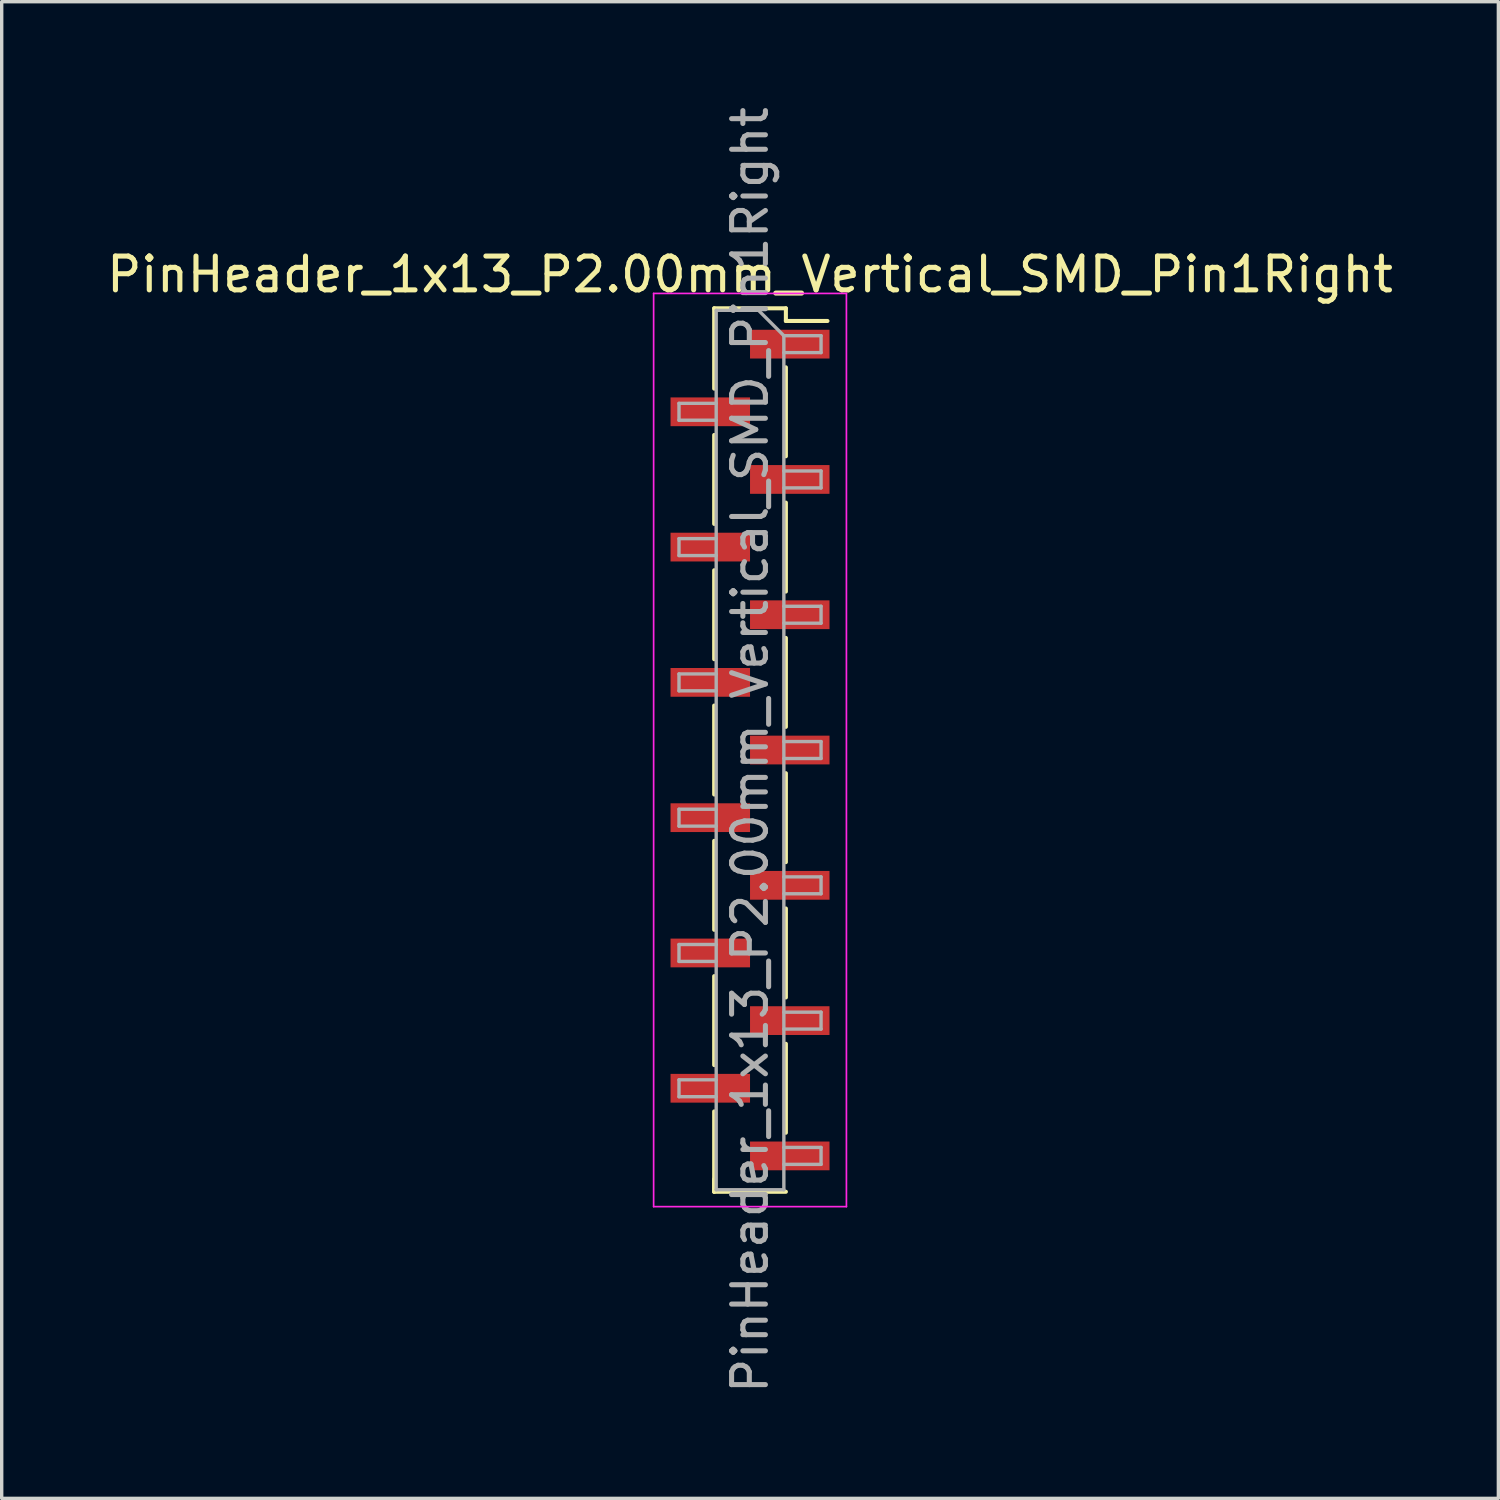
<source format=kicad_pcb>
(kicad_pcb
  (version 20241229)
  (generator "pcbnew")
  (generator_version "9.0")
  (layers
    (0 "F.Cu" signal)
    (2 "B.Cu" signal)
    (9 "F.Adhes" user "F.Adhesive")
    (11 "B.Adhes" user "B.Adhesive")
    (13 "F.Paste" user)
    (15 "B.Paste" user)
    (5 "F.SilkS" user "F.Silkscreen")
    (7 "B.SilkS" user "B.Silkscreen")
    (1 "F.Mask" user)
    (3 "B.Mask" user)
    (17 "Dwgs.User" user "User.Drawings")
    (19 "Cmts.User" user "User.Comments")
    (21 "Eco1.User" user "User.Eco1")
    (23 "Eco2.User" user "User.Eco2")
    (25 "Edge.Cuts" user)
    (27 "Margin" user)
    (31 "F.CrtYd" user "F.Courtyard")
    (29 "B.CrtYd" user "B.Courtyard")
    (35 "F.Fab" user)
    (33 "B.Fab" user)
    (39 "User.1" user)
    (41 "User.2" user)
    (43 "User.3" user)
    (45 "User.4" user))
  (footprint "PinHeader_1x13_P2.00mm_Vertical_SMD_Pin1Right"
    (layer "F.Cu")
    (at 19.125 19.125)
    (property "Reference" "PinHeader_1x13_P2.00mm_Vertical_SMD_Pin1Right" (at 0 -14.06 0) (layer "F.SilkS") (effects (font (size 1 1) (thickness 0.15))))
    (attr smd)
    (fp_line (start -1.06 -13.06) (end -1.06 -10.685) (stroke (width 0.12) (type solid)) (layer "F.SilkS"))
    (fp_line (start -1.06 -13.06) (end 1.06 -13.06) (stroke (width 0.12) (type solid)) (layer "F.SilkS"))
    (fp_line (start -1.06 -9.315) (end -1.06 -6.685) (stroke (width 0.12) (type solid)) (layer "F.SilkS"))
    (fp_line (start -1.06 -5.315) (end -1.06 -2.685) (stroke (width 0.12) (type solid)) (layer "F.SilkS"))
    (fp_line (start -1.06 -1.315) (end -1.06 1.315) (stroke (width 0.12) (type solid)) (layer "F.SilkS"))
    (fp_line (start -1.06 2.685) (end -1.06 5.315) (stroke (width 0.12) (type solid)) (layer "F.SilkS"))
    (fp_line (start -1.06 6.685) (end -1.06 9.315) (stroke (width 0.12) (type solid)) (layer "F.SilkS"))
    (fp_line (start -1.06 10.685) (end -1.06 13.06) (stroke (width 0.12) (type solid)) (layer "F.SilkS"))
    (fp_line (start -1.06 12.685) (end -1.06 13.06) (stroke (width 0.12) (type solid)) (layer "F.SilkS"))
    (fp_line (start -1.06 13.06) (end 1.06 13.06) (stroke (width 0.12) (type solid)) (layer "F.SilkS"))
    (fp_line (start 1.06 -13.06) (end 1.06 -12.685) (stroke (width 0.12) (type solid)) (layer "F.SilkS"))
    (fp_line (start 1.06 -12.685) (end 2.29 -12.685) (stroke (width 0.12) (type solid)) (layer "F.SilkS"))
    (fp_line (start 1.06 -11.315) (end 1.06 -8.685) (stroke (width 0.12) (type solid)) (layer "F.SilkS"))
    (fp_line (start 1.06 -7.315) (end 1.06 -4.685) (stroke (width 0.12) (type solid)) (layer "F.SilkS"))
    (fp_line (start 1.06 -3.315) (end 1.06 -0.685) (stroke (width 0.12) (type solid)) (layer "F.SilkS"))
    (fp_line (start 1.06 0.685) (end 1.06 3.315) (stroke (width 0.12) (type solid)) (layer "F.SilkS"))
    (fp_line (start 1.06 4.685) (end 1.06 7.315) (stroke (width 0.12) (type solid)) (layer "F.SilkS"))
    (fp_line (start 1.06 8.685) (end 1.06 11.315) (stroke (width 0.12) (type solid)) (layer "F.SilkS"))
    (fp_line (start -2.85 -13.5) (end -2.85 13.5) (stroke (width 0.05) (type solid)) (layer "F.CrtYd"))
    (fp_line (start -2.85 13.5) (end 2.85 13.5) (stroke (width 0.05) (type solid)) (layer "F.CrtYd"))
    (fp_line (start 2.85 -13.5) (end -2.85 -13.5) (stroke (width 0.05) (type solid)) (layer "F.CrtYd"))
    (fp_line (start 2.85 13.5) (end 2.85 -13.5) (stroke (width 0.05) (type solid)) (layer "F.CrtYd"))
    (fp_line (start -2.1 -10.25) (end -2.1 -9.75) (stroke (width 0.1) (type solid)) (layer "F.Fab"))
    (fp_line (start -2.1 -9.75) (end -1 -9.75) (stroke (width 0.1) (type solid)) (layer "F.Fab"))
    (fp_line (start -2.1 -6.25) (end -2.1 -5.75) (stroke (width 0.1) (type solid)) (layer "F.Fab"))
    (fp_line (start -2.1 -5.75) (end -1 -5.75) (stroke (width 0.1) (type solid)) (layer "F.Fab"))
    (fp_line (start -2.1 -2.25) (end -2.1 -1.75) (stroke (width 0.1) (type solid)) (layer "F.Fab"))
    (fp_line (start -2.1 -1.75) (end -1 -1.75) (stroke (width 0.1) (type solid)) (layer "F.Fab"))
    (fp_line (start -2.1 1.75) (end -2.1 2.25) (stroke (width 0.1) (type solid)) (layer "F.Fab"))
    (fp_line (start -2.1 2.25) (end -1 2.25) (stroke (width 0.1) (type solid)) (layer "F.Fab"))
    (fp_line (start -2.1 5.75) (end -2.1 6.25) (stroke (width 0.1) (type solid)) (layer "F.Fab"))
    (fp_line (start -2.1 6.25) (end -1 6.25) (stroke (width 0.1) (type solid)) (layer "F.Fab"))
    (fp_line (start -2.1 9.75) (end -2.1 10.25) (stroke (width 0.1) (type solid)) (layer "F.Fab"))
    (fp_line (start -2.1 10.25) (end -1 10.25) (stroke (width 0.1) (type solid)) (layer "F.Fab"))
    (fp_line (start -1 -13) (end -1 13) (stroke (width 0.1) (type solid)) (layer "F.Fab"))
    (fp_line (start -1 -13) (end 0.25 -13) (stroke (width 0.1) (type solid)) (layer "F.Fab"))
    (fp_line (start -1 -10.25) (end -2.1 -10.25) (stroke (width 0.1) (type solid)) (layer "F.Fab"))
    (fp_line (start -1 -6.25) (end -2.1 -6.25) (stroke (width 0.1) (type solid)) (layer "F.Fab"))
    (fp_line (start -1 -2.25) (end -2.1 -2.25) (stroke (width 0.1) (type solid)) (layer "F.Fab"))
    (fp_line (start -1 1.75) (end -2.1 1.75) (stroke (width 0.1) (type solid)) (layer "F.Fab"))
    (fp_line (start -1 5.75) (end -2.1 5.75) (stroke (width 0.1) (type solid)) (layer "F.Fab"))
    (fp_line (start -1 9.75) (end -2.1 9.75) (stroke (width 0.1) (type solid)) (layer "F.Fab"))
    (fp_line (start 1 -12.25) (end 0.25 -13) (stroke (width 0.1) (type solid)) (layer "F.Fab"))
    (fp_line (start 1 -12.25) (end 2.1 -12.25) (stroke (width 0.1) (type solid)) (layer "F.Fab"))
    (fp_line (start 1 -8.25) (end 2.1 -8.25) (stroke (width 0.1) (type solid)) (layer "F.Fab"))
    (fp_line (start 1 -4.25) (end 2.1 -4.25) (stroke (width 0.1) (type solid)) (layer "F.Fab"))
    (fp_line (start 1 -0.25) (end 2.1 -0.25) (stroke (width 0.1) (type solid)) (layer "F.Fab"))
    (fp_line (start 1 3.75) (end 2.1 3.75) (stroke (width 0.1) (type solid)) (layer "F.Fab"))
    (fp_line (start 1 7.75) (end 2.1 7.75) (stroke (width 0.1) (type solid)) (layer "F.Fab"))
    (fp_line (start 1 11.75) (end 2.1 11.75) (stroke (width 0.1) (type solid)) (layer "F.Fab"))
    (fp_line (start 1 13) (end -1 13) (stroke (width 0.1) (type solid)) (layer "F.Fab"))
    (fp_line (start 1 13) (end 1 -12.25) (stroke (width 0.1) (type solid)) (layer "F.Fab"))
    (fp_line (start 2.1 -12.25) (end 2.1 -11.75) (stroke (width 0.1) (type solid)) (layer "F.Fab"))
    (fp_line (start 2.1 -11.75) (end 1 -11.75) (stroke (width 0.1) (type solid)) (layer "F.Fab"))
    (fp_line (start 2.1 -8.25) (end 2.1 -7.75) (stroke (width 0.1) (type solid)) (layer "F.Fab"))
    (fp_line (start 2.1 -7.75) (end 1 -7.75) (stroke (width 0.1) (type solid)) (layer "F.Fab"))
    (fp_line (start 2.1 -4.25) (end 2.1 -3.75) (stroke (width 0.1) (type solid)) (layer "F.Fab"))
    (fp_line (start 2.1 -3.75) (end 1 -3.75) (stroke (width 0.1) (type solid)) (layer "F.Fab"))
    (fp_line (start 2.1 -0.25) (end 2.1 0.25) (stroke (width 0.1) (type solid)) (layer "F.Fab"))
    (fp_line (start 2.1 0.25) (end 1 0.25) (stroke (width 0.1) (type solid)) (layer "F.Fab"))
    (fp_line (start 2.1 3.75) (end 2.1 4.25) (stroke (width 0.1) (type solid)) (layer "F.Fab"))
    (fp_line (start 2.1 4.25) (end 1 4.25) (stroke (width 0.1) (type solid)) (layer "F.Fab"))
    (fp_line (start 2.1 7.75) (end 2.1 8.25) (stroke (width 0.1) (type solid)) (layer "F.Fab"))
    (fp_line (start 2.1 8.25) (end 1 8.25) (stroke (width 0.1) (type solid)) (layer "F.Fab"))
    (fp_line (start 2.1 11.75) (end 2.1 12.25) (stroke (width 0.1) (type solid)) (layer "F.Fab"))
    (fp_line (start 2.1 12.25) (end 1 12.25) (stroke (width 0.1) (type solid)) (layer "F.Fab"))
    (fp_text user "${REFERENCE}" (at 0 0 90) (layer "F.Fab") (effects (font (size 1 1) (thickness 0.15))))
    (pad "1" smd rect (at 1.175 -12) (size 2.35 0.85) (layers "F.Cu" "F.Mask" "F.Paste"))
    (pad "2" smd rect (at -1.175 -10) (size 2.35 0.85) (layers "F.Cu" "F.Mask" "F.Paste"))
    (pad "3" smd rect (at 1.175 -8) (size 2.35 0.85) (layers "F.Cu" "F.Mask" "F.Paste"))
    (pad "4" smd rect (at -1.175 -6) (size 2.35 0.85) (layers "F.Cu" "F.Mask" "F.Paste"))
    (pad "5" smd rect (at 1.175 -4) (size 2.35 0.85) (layers "F.Cu" "F.Mask" "F.Paste"))
    (pad "6" smd rect (at -1.175 -2) (size 2.35 0.85) (layers "F.Cu" "F.Mask" "F.Paste"))
    (pad "7" smd rect (at 1.175 0) (size 2.35 0.85) (layers "F.Cu" "F.Mask" "F.Paste"))
    (pad "8" smd rect (at -1.175 2) (size 2.35 0.85) (layers "F.Cu" "F.Mask" "F.Paste"))
    (pad "9" smd rect (at 1.175 4) (size 2.35 0.85) (layers "F.Cu" "F.Mask" "F.Paste"))
    (pad "10" smd rect (at -1.175 6) (size 2.35 0.85) (layers "F.Cu" "F.Mask" "F.Paste"))
    (pad "11" smd rect (at 1.175 8) (size 2.35 0.85) (layers "F.Cu" "F.Mask" "F.Paste"))
    (pad "12" smd rect (at -1.175 10) (size 2.35 0.85) (layers "F.Cu" "F.Mask" "F.Paste"))
    (pad "13" smd rect (at 1.175 12) (size 2.35 0.85) (layers "F.Cu" "F.Mask" "F.Paste")))
  (gr_rect
    (start -3 -3)
    (end 41.25 41.25)
    (stroke (width 0.1) (type default))
    (fill no)
    (layer "Edge.Cuts")))
</source>
